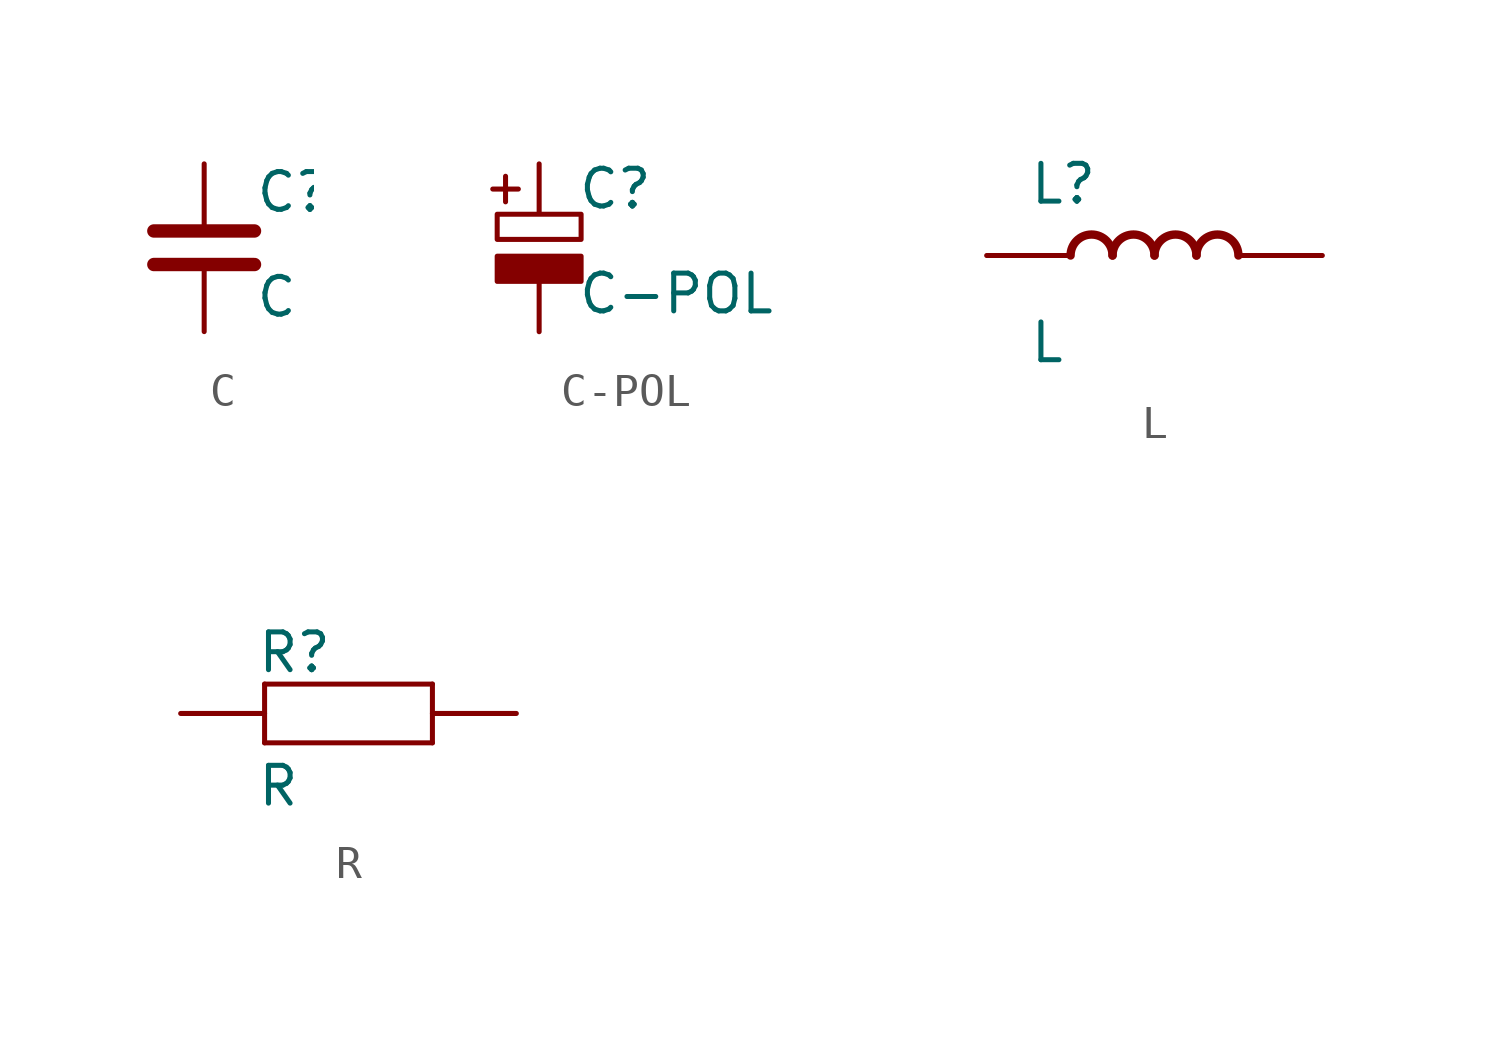
<source format=kicad_sym>
(kicad_symbol_lib
  (version 20220914)
  (generator kicad_symbol_editor)
  (symbol "C"
    (pin_numbers hide)
    (pin_names
      (offset 1.016) hide)
    (property "Reference" "C"
      (at 1.524 1.016 0)
      (effects (font (size 1.143 1.143)) (justify left bottom)))
    (property "Value" "C"
      (at 1.524 -2.159 0)
      (effects (font (size 1.143 1.143)) (justify left bottom)))
    (symbol "C_1_1"
      (rectangle (start -1.524 -0.508) (end 1.524 -0.508) (stroke (width 0.406) (type solid)) (fill (type none)))
      (rectangle (start -1.524 0.508) (end 1.524 0.508) (stroke (width 0.406) (type solid)) (fill (type none)))
      (pin passive line (at 0 2.54 270) (length 2.032) (name "1" (effects (font (size 1.016 1.016)))) (number "1" (effects (font (size 1.016 1.016)))))
      (pin passive line (at 0 -2.54 90) (length 2.032) (name "2" (effects (font (size 1.016 1.016)))) (number "2" (effects (font (size 1.016 1.016)))))))
  (symbol "C-POL"
    (pin_numbers hide)
    (pin_names
      (offset 1.016) hide)
    (property "Reference" "C"
      (at 1.143 1.118 0)
      (effects (font (size 1.143 1.143)) (justify left bottom)))
    (property "Value" "C-POL"
      (at 1.143 -2.057 0)
      (effects (font (size 1.143 1.143)) (justify left bottom)))
    (symbol "C-POL_1_1"
      (rectangle (start -1.27 -0.254) (end 1.27 -1.016) (stroke (width 0) (type solid)) (fill (type outline)))
      (rectangle (start -1.27 0.254) (end 1.27 1.016) (stroke (width 0) (type solid)) (fill (type none)))
      (text "+" (at -1.092 1.778 900) (effects (font (size 1.016 1.016))))
      (pin passive line (at 0 2.54 270) (length 1.499) (name "1" (effects (font (size 1.016 1.016)))) (number "1" (effects (font (size 1.016 1.016)))))
      (pin passive line (at 0 -2.54 90) (length 1.499) (name "2" (effects (font (size 1.016 1.016)))) (number "2" (effects (font (size 1.016 1.016)))))))
  (symbol "L"
    (pin_numbers hide)
    (pin_names
      (offset 1.016) hide)
    (property "Reference" "L"
      (at -3.81 1.499 0)
      (effects (font (size 1.143 1.143)) (justify left bottom)))
    (property "Value" "L"
      (at -3.81 -3.302 0)
      (effects (font (size 1.143 1.143)) (justify left bottom)))
    (symbol "L_0_1"
      (arc (start -1.27 0) (mid -1.905 0.6323) (end -2.54 0) (stroke (width 0.254) (type solid)) (fill (type none)))
      (arc (start 0 0) (mid -0.635 0.6323) (end -1.27 0) (stroke (width 0.254) (type solid)) (fill (type none)))
      (arc (start 1.27 0) (mid 0.635 0.6323) (end 0 0) (stroke (width 0.254) (type solid)) (fill (type none)))
      (arc (start 2.54 0) (mid 1.905 0.6323) (end 1.27 0) (stroke (width 0.254) (type solid)) (fill (type none))))
    (symbol "L_1_1"
      (pin passive line (at 5.08 0 180) (length 2.54) (name "1" (effects (font (size 1.016 1.016)))) (number "P$1" (effects (font (size 1.016 1.016)))))
      (pin passive line (at -5.08 0 0) (length 2.54) (name "2" (effects (font (size 1.016 1.016)))) (number "P$2" (effects (font (size 1.016 1.016)))))))
  (symbol "R"
    (pin_numbers hide)
    (pin_names
      (offset 1.016) hide)
    (property "Reference" "R"
      (at -2.794 2.515 0)
      (effects (font (size 1.143 1.143)) (justify left top)))
    (property "Value" "R"
      (at -2.794 -1.524 0)
      (effects (font (size 1.143 1.143)) (justify left top)))
    (symbol "R_1_0"
      (polyline (pts (xy -2.54 -0.889) (xy -2.54 0.889)) (stroke (width 0) (type solid)) (fill (type none)))
      (polyline (pts (xy -2.54 -0.889) (xy 2.54 -0.889)) (stroke (width 0) (type solid)) (fill (type none)))
      (polyline (pts (xy 2.54 -0.889) (xy 2.54 0.889)) (stroke (width 0) (type solid)) (fill (type none)))
      (polyline (pts (xy 2.54 0.889) (xy -2.54 0.889)) (stroke (width 0) (type solid)) (fill (type none))))
    (symbol "R_1_1"
      (pin passive line (at -5.08 0 0) (length 2.54) (name "1" (effects (font (size 1.016 1.016)))) (number "1" (effects (font (size 1.016 1.016)))))
      (pin passive line (at 5.08 0 180) (length 2.54) (name "2" (effects (font (size 1.016 1.016)))) (number "2" (effects (font (size 1.016 1.016))))))))
</source>
